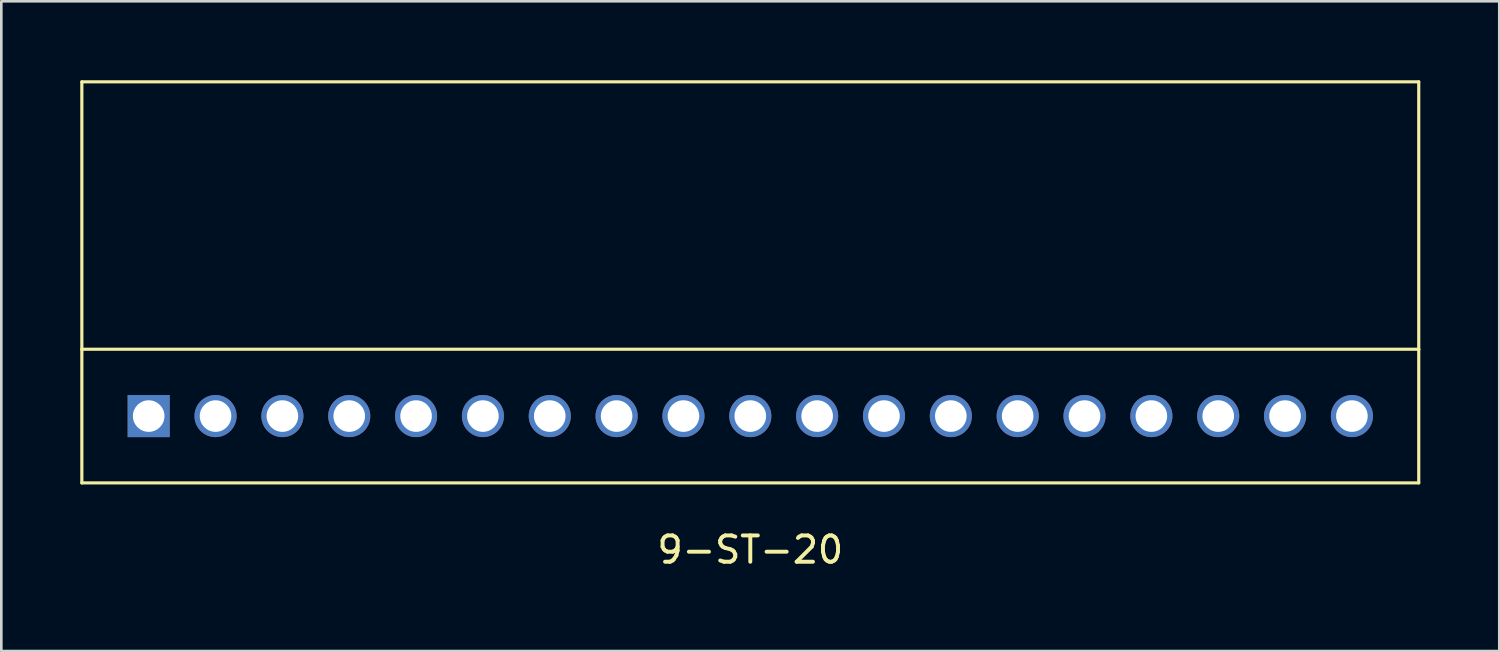
<source format=kicad_pcb>
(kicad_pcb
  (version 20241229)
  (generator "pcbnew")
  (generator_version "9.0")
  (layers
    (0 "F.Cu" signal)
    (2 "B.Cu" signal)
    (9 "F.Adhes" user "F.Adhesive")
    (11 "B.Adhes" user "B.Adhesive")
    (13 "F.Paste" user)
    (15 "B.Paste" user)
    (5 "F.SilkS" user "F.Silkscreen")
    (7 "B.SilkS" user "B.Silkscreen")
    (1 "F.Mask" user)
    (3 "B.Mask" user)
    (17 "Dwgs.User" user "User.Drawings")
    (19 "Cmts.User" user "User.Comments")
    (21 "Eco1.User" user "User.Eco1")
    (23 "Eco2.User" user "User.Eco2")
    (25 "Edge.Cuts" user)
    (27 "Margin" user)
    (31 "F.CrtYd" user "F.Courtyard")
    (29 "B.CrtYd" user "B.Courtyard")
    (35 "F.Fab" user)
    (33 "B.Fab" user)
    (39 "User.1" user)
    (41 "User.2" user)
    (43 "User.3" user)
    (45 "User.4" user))
  (footprint "9-ST-20"
    (layer "F.Cu")
    (at 2.6 12.76)
    (property "Reference" "9-ST-20" (at 22.86 5.08 0) (layer "F.SilkS") (effects (font (size 1 1) (thickness 0.15))))
    (attr through_hole)
    (fp_line (start -2.54 -12.7) (end 48.26 -12.7) (stroke (width 0.12) (type solid)) (layer "F.SilkS"))
    (fp_line (start -2.54 -2.54) (end -2.54 -12.7) (stroke (width 0.12) (type solid)) (layer "F.SilkS"))
    (fp_line (start -2.54 -2.54) (end 48.26 -2.54) (stroke (width 0.12) (type solid)) (layer "F.SilkS"))
    (fp_line (start -2.54 2.54) (end -2.54 -2.54) (stroke (width 0.12) (type solid)) (layer "F.SilkS"))
    (fp_line (start 48.26 -12.7) (end 48.26 -2.54) (stroke (width 0.12) (type solid)) (layer "F.SilkS"))
    (fp_line (start 48.26 -2.54) (end 48.26 2.54) (stroke (width 0.12) (type solid)) (layer "F.SilkS"))
    (fp_line (start 48.26 2.54) (end -2.54 2.54) (stroke (width 0.12) (type solid)) (layer "F.SilkS"))
    (pad "1" thru_hole rect (at 0 0) (size 1.6 1.6) (drill 1.2) (layers "*.Cu" "*.Mask"))
    (pad "2" thru_hole circle (at 2.54 0) (size 1.6 1.6) (drill 1.2) (layers "*.Cu" "*.Mask"))
    (pad "3" thru_hole circle (at 5.08 0) (size 1.6 1.6) (drill 1.2) (layers "*.Cu" "*.Mask"))
    (pad "4" thru_hole circle (at 7.62 0) (size 1.6 1.6) (drill 1.2) (layers "*.Cu" "*.Mask"))
    (pad "5" thru_hole circle (at 10.16 0) (size 1.6 1.6) (drill 1.2) (layers "*.Cu" "*.Mask"))
    (pad "6" thru_hole circle (at 12.7 0) (size 1.6 1.6) (drill 1.2) (layers "*.Cu" "*.Mask"))
    (pad "7" thru_hole circle (at 15.24 0) (size 1.6 1.6) (drill 1.2) (layers "*.Cu" "*.Mask"))
    (pad "8" thru_hole circle (at 17.78 0) (size 1.6 1.6) (drill 1.2) (layers "*.Cu" "*.Mask"))
    (pad "9" thru_hole circle (at 20.32 0) (size 1.6 1.6) (drill 1.2) (layers "*.Cu" "*.Mask"))
    (pad "10" thru_hole circle (at 22.86 0) (size 1.6 1.6) (drill 1.2) (layers "*.Cu" "*.Mask"))
    (pad "11" thru_hole circle (at 25.4 0) (size 1.6 1.6) (drill 1.2) (layers "*.Cu" "*.Mask"))
    (pad "12" thru_hole circle (at 27.94 0) (size 1.6 1.6) (drill 1.2) (layers "*.Cu" "*.Mask"))
    (pad "13" thru_hole circle (at 30.48 0) (size 1.6 1.6) (drill 1.2) (layers "*.Cu" "*.Mask"))
    (pad "14" thru_hole circle (at 33.02 0) (size 1.6 1.6) (drill 1.2) (layers "*.Cu" "*.Mask"))
    (pad "15" thru_hole circle (at 35.56 0) (size 1.6 1.6) (drill 1.2) (layers "*.Cu" "*.Mask"))
    (pad "16" thru_hole circle (at 38.1 0) (size 1.6 1.6) (drill 1.2) (layers "*.Cu" "*.Mask"))
    (pad "17" thru_hole circle (at 40.64 0) (size 1.6 1.6) (drill 1.2) (layers "*.Cu" "*.Mask"))
    (pad "18" thru_hole circle (at 43.18 0) (size 1.6 1.6) (drill 1.2) (layers "*.Cu" "*.Mask"))
    (pad "19" thru_hole circle (at 45.72 0) (size 1.6 1.6) (drill 1.2) (layers "*.Cu" "*.Mask")))
  (gr_rect
    (start -3 -3)
    (end 53.92 21.688)
    (stroke (width 0.1) (type default))
    (fill no)
    (layer "Edge.Cuts")))
</source>
